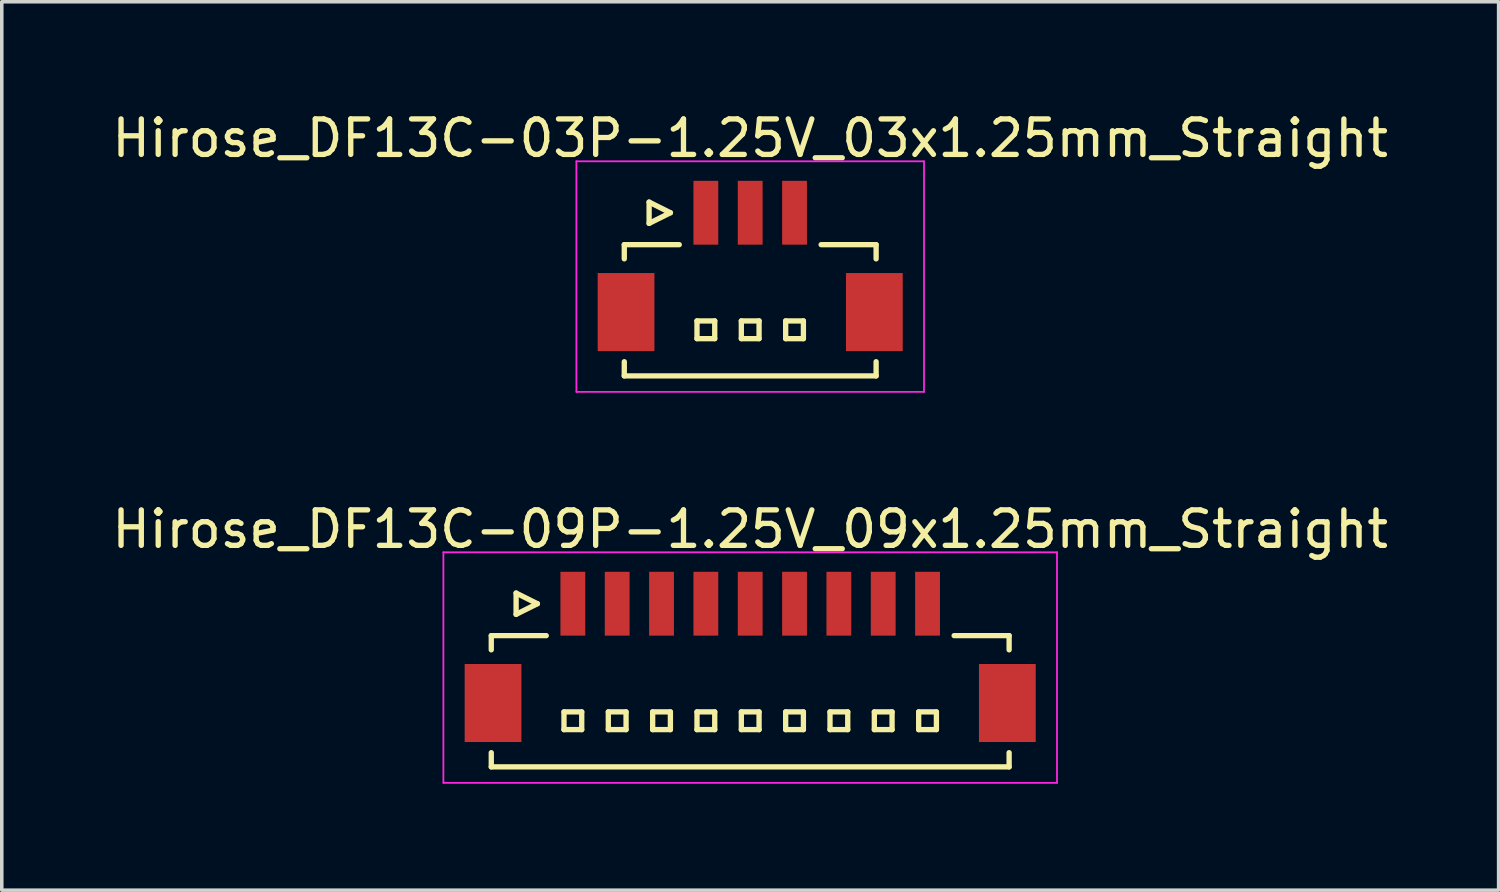
<source format=kicad_pcb>
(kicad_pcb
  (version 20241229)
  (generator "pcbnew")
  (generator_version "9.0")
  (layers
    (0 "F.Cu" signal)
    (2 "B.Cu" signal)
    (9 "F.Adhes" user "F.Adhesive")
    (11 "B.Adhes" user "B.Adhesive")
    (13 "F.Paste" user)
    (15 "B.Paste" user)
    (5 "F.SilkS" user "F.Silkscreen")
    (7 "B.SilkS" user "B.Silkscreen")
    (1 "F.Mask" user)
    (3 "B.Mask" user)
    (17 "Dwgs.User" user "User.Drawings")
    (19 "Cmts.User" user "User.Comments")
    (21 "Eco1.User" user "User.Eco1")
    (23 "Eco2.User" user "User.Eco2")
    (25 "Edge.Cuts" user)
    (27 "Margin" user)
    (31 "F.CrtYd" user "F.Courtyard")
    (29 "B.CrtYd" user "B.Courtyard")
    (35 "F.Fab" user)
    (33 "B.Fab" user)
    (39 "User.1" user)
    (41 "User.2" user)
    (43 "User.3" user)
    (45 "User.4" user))
  (footprint "Hirose_DF13C-09P-1.25V_09x1.25mm_Straight"
    (layer "F.Cu")
    (at 18.101 15.371)
    (property "Reference" "Hirose_DF13C-09P-1.25V_09x1.25mm_Straight" (at 0 -3.5 0) (layer "F.SilkS") (effects (font (size 1 1) (thickness 0.15))))
    (attr smd)
    (fp_line (start -7.3 -0.5) (end -7.3 -0.1) (stroke (width 0.15) (type solid)) (layer "F.SilkS"))
    (fp_line (start -7.3 -0.5) (end -5.75 -0.5) (stroke (width 0.15) (type solid)) (layer "F.SilkS"))
    (fp_line (start -7.3 3.2) (end -7.3 2.8) (stroke (width 0.15) (type solid)) (layer "F.SilkS"))
    (fp_line (start -7.3 3.2) (end 7.3 3.2) (stroke (width 0.15) (type solid)) (layer "F.SilkS"))
    (fp_line (start -6.6 -1.7) (end -6.6 -1.1) (stroke (width 0.15) (type solid)) (layer "F.SilkS"))
    (fp_line (start -6.6 -1.1) (end -6 -1.4) (stroke (width 0.15) (type solid)) (layer "F.SilkS"))
    (fp_line (start -6 -1.4) (end -6.6 -1.7) (stroke (width 0.15) (type solid)) (layer "F.SilkS"))
    (fp_line (start -5.25 1.65) (end -5.25 2.15) (stroke (width 0.15) (type solid)) (layer "F.SilkS"))
    (fp_line (start -5.25 2.15) (end -4.75 2.15) (stroke (width 0.15) (type solid)) (layer "F.SilkS"))
    (fp_line (start -4.75 1.65) (end -5.25 1.65) (stroke (width 0.15) (type solid)) (layer "F.SilkS"))
    (fp_line (start -4.75 2.15) (end -4.75 1.65) (stroke (width 0.15) (type solid)) (layer "F.SilkS"))
    (fp_line (start -4 1.65) (end -4 2.15) (stroke (width 0.15) (type solid)) (layer "F.SilkS"))
    (fp_line (start -4 2.15) (end -3.5 2.15) (stroke (width 0.15) (type solid)) (layer "F.SilkS"))
    (fp_line (start -3.5 1.65) (end -4 1.65) (stroke (width 0.15) (type solid)) (layer "F.SilkS"))
    (fp_line (start -3.5 2.15) (end -3.5 1.65) (stroke (width 0.15) (type solid)) (layer "F.SilkS"))
    (fp_line (start -2.75 1.65) (end -2.75 2.15) (stroke (width 0.15) (type solid)) (layer "F.SilkS"))
    (fp_line (start -2.75 2.15) (end -2.25 2.15) (stroke (width 0.15) (type solid)) (layer "F.SilkS"))
    (fp_line (start -2.25 1.65) (end -2.75 1.65) (stroke (width 0.15) (type solid)) (layer "F.SilkS"))
    (fp_line (start -2.25 2.15) (end -2.25 1.65) (stroke (width 0.15) (type solid)) (layer "F.SilkS"))
    (fp_line (start -1.5 1.65) (end -1.5 2.15) (stroke (width 0.15) (type solid)) (layer "F.SilkS"))
    (fp_line (start -1.5 2.15) (end -1 2.15) (stroke (width 0.15) (type solid)) (layer "F.SilkS"))
    (fp_line (start -1 1.65) (end -1.5 1.65) (stroke (width 0.15) (type solid)) (layer "F.SilkS"))
    (fp_line (start -1 2.15) (end -1 1.65) (stroke (width 0.15) (type solid)) (layer "F.SilkS"))
    (fp_line (start -0.25 1.65) (end -0.25 2.15) (stroke (width 0.15) (type solid)) (layer "F.SilkS"))
    (fp_line (start -0.25 2.15) (end 0.25 2.15) (stroke (width 0.15) (type solid)) (layer "F.SilkS"))
    (fp_line (start 0.25 1.65) (end -0.25 1.65) (stroke (width 0.15) (type solid)) (layer "F.SilkS"))
    (fp_line (start 0.25 2.15) (end 0.25 1.65) (stroke (width 0.15) (type solid)) (layer "F.SilkS"))
    (fp_line (start 1 1.65) (end 1 2.15) (stroke (width 0.15) (type solid)) (layer "F.SilkS"))
    (fp_line (start 1 2.15) (end 1.5 2.15) (stroke (width 0.15) (type solid)) (layer "F.SilkS"))
    (fp_line (start 1.5 1.65) (end 1 1.65) (stroke (width 0.15) (type solid)) (layer "F.SilkS"))
    (fp_line (start 1.5 2.15) (end 1.5 1.65) (stroke (width 0.15) (type solid)) (layer "F.SilkS"))
    (fp_line (start 2.25 1.65) (end 2.25 2.15) (stroke (width 0.15) (type solid)) (layer "F.SilkS"))
    (fp_line (start 2.25 2.15) (end 2.75 2.15) (stroke (width 0.15) (type solid)) (layer "F.SilkS"))
    (fp_line (start 2.75 1.65) (end 2.25 1.65) (stroke (width 0.15) (type solid)) (layer "F.SilkS"))
    (fp_line (start 2.75 2.15) (end 2.75 1.65) (stroke (width 0.15) (type solid)) (layer "F.SilkS"))
    (fp_line (start 3.5 1.65) (end 3.5 2.15) (stroke (width 0.15) (type solid)) (layer "F.SilkS"))
    (fp_line (start 3.5 2.15) (end 4 2.15) (stroke (width 0.15) (type solid)) (layer "F.SilkS"))
    (fp_line (start 4 1.65) (end 3.5 1.65) (stroke (width 0.15) (type solid)) (layer "F.SilkS"))
    (fp_line (start 4 2.15) (end 4 1.65) (stroke (width 0.15) (type solid)) (layer "F.SilkS"))
    (fp_line (start 4.75 1.65) (end 4.75 2.15) (stroke (width 0.15) (type solid)) (layer "F.SilkS"))
    (fp_line (start 4.75 2.15) (end 5.25 2.15) (stroke (width 0.15) (type solid)) (layer "F.SilkS"))
    (fp_line (start 5.25 1.65) (end 4.75 1.65) (stroke (width 0.15) (type solid)) (layer "F.SilkS"))
    (fp_line (start 5.25 2.15) (end 5.25 1.65) (stroke (width 0.15) (type solid)) (layer "F.SilkS"))
    (fp_line (start 7.3 -0.5) (end 5.75 -0.5) (stroke (width 0.15) (type solid)) (layer "F.SilkS"))
    (fp_line (start 7.3 -0.5) (end 7.3 -0.1) (stroke (width 0.15) (type solid)) (layer "F.SilkS"))
    (fp_line (start 7.3 3.2) (end 7.3 2.8) (stroke (width 0.15) (type solid)) (layer "F.SilkS"))
    (fp_line (start -8.65 -2.85) (end -8.65 3.65) (stroke (width 0.05) (type solid)) (layer "F.CrtYd"))
    (fp_line (start -8.65 3.65) (end 8.65 3.65) (stroke (width 0.05) (type solid)) (layer "F.CrtYd"))
    (fp_line (start 8.65 -2.85) (end -8.65 -2.85) (stroke (width 0.05) (type solid)) (layer "F.CrtYd"))
    (fp_line (start 8.65 3.65) (end 8.65 -2.85) (stroke (width 0.05) (type solid)) (layer "F.CrtYd"))
    (pad "" smd rect (at -7.25 1.4) (size 1.6 2.2) (layers "F.Cu" "F.Mask" "F.Paste"))
    (pad "" smd rect (at 7.25 1.4) (size 1.6 2.2) (layers "F.Cu" "F.Mask" "F.Paste"))
    (pad "1" smd rect (at -5 -1.4) (size 0.7 1.8) (layers "F.Cu" "F.Mask" "F.Paste"))
    (pad "2" smd rect (at -3.75 -1.4) (size 0.7 1.8) (layers "F.Cu" "F.Mask" "F.Paste"))
    (pad "3" smd rect (at -2.5 -1.4) (size 0.7 1.8) (layers "F.Cu" "F.Mask" "F.Paste"))
    (pad "4" smd rect (at -1.25 -1.4) (size 0.7 1.8) (layers "F.Cu" "F.Mask" "F.Paste"))
    (pad "5" smd rect (at 0 -1.4) (size 0.7 1.8) (layers "F.Cu" "F.Mask" "F.Paste"))
    (pad "6" smd rect (at 1.25 -1.4) (size 0.7 1.8) (layers "F.Cu" "F.Mask" "F.Paste"))
    (pad "7" smd rect (at 2.5 -1.4) (size 0.7 1.8) (layers "F.Cu" "F.Mask" "F.Paste"))
    (pad "8" smd rect (at 3.75 -1.4) (size 0.7 1.8) (layers "F.Cu" "F.Mask" "F.Paste"))
    (pad "9" smd rect (at 5 -1.4) (size 0.7 1.8) (layers "F.Cu" "F.Mask" "F.Paste")))
  (footprint "Hirose_DF13C-03P-1.25V_03x1.25mm_Straight"
    (layer "F.Cu")
    (at 18.101 4.348)
    (property "Reference" "Hirose_DF13C-03P-1.25V_03x1.25mm_Straight" (at 0 -3.5 0) (layer "F.SilkS") (effects (font (size 1 1) (thickness 0.15))))
    (attr smd)
    (fp_line (start -3.55 -0.5) (end -3.55 -0.1) (stroke (width 0.15) (type solid)) (layer "F.SilkS"))
    (fp_line (start -3.55 -0.5) (end -2 -0.5) (stroke (width 0.15) (type solid)) (layer "F.SilkS"))
    (fp_line (start -3.55 3.2) (end -3.55 2.8) (stroke (width 0.15) (type solid)) (layer "F.SilkS"))
    (fp_line (start -3.55 3.2) (end 3.55 3.2) (stroke (width 0.15) (type solid)) (layer "F.SilkS"))
    (fp_line (start -2.85 -1.7) (end -2.85 -1.1) (stroke (width 0.15) (type solid)) (layer "F.SilkS"))
    (fp_line (start -2.85 -1.1) (end -2.25 -1.4) (stroke (width 0.15) (type solid)) (layer "F.SilkS"))
    (fp_line (start -2.25 -1.4) (end -2.85 -1.7) (stroke (width 0.15) (type solid)) (layer "F.SilkS"))
    (fp_line (start -1.5 1.65) (end -1.5 2.15) (stroke (width 0.15) (type solid)) (layer "F.SilkS"))
    (fp_line (start -1.5 2.15) (end -1 2.15) (stroke (width 0.15) (type solid)) (layer "F.SilkS"))
    (fp_line (start -1 1.65) (end -1.5 1.65) (stroke (width 0.15) (type solid)) (layer "F.SilkS"))
    (fp_line (start -1 2.15) (end -1 1.65) (stroke (width 0.15) (type solid)) (layer "F.SilkS"))
    (fp_line (start -0.25 1.65) (end -0.25 2.15) (stroke (width 0.15) (type solid)) (layer "F.SilkS"))
    (fp_line (start -0.25 2.15) (end 0.25 2.15) (stroke (width 0.15) (type solid)) (layer "F.SilkS"))
    (fp_line (start 0.25 1.65) (end -0.25 1.65) (stroke (width 0.15) (type solid)) (layer "F.SilkS"))
    (fp_line (start 0.25 2.15) (end 0.25 1.65) (stroke (width 0.15) (type solid)) (layer "F.SilkS"))
    (fp_line (start 1 1.65) (end 1 2.15) (stroke (width 0.15) (type solid)) (layer "F.SilkS"))
    (fp_line (start 1 2.15) (end 1.5 2.15) (stroke (width 0.15) (type solid)) (layer "F.SilkS"))
    (fp_line (start 1.5 1.65) (end 1 1.65) (stroke (width 0.15) (type solid)) (layer "F.SilkS"))
    (fp_line (start 1.5 2.15) (end 1.5 1.65) (stroke (width 0.15) (type solid)) (layer "F.SilkS"))
    (fp_line (start 3.55 -0.5) (end 2 -0.5) (stroke (width 0.15) (type solid)) (layer "F.SilkS"))
    (fp_line (start 3.55 -0.5) (end 3.55 -0.1) (stroke (width 0.15) (type solid)) (layer "F.SilkS"))
    (fp_line (start 3.55 3.2) (end 3.55 2.8) (stroke (width 0.15) (type solid)) (layer "F.SilkS"))
    (fp_line (start -4.9 -2.85) (end -4.9 3.65) (stroke (width 0.05) (type solid)) (layer "F.CrtYd"))
    (fp_line (start -4.9 3.65) (end 4.9 3.65) (stroke (width 0.05) (type solid)) (layer "F.CrtYd"))
    (fp_line (start 4.9 -2.85) (end -4.9 -2.85) (stroke (width 0.05) (type solid)) (layer "F.CrtYd"))
    (fp_line (start 4.9 3.65) (end 4.9 -2.85) (stroke (width 0.05) (type solid)) (layer "F.CrtYd"))
    (pad "" smd rect (at -3.5 1.4) (size 1.6 2.2) (layers "F.Cu" "F.Mask" "F.Paste"))
    (pad "" smd rect (at 3.5 1.4) (size 1.6 2.2) (layers "F.Cu" "F.Mask" "F.Paste"))
    (pad "1" smd rect (at -1.25 -1.4) (size 0.7 1.8) (layers "F.Cu" "F.Mask" "F.Paste"))
    (pad "2" smd rect (at 0 -1.4) (size 0.7 1.8) (layers "F.Cu" "F.Mask" "F.Paste"))
    (pad "3" smd rect (at 1.25 -1.4) (size 0.7 1.8) (layers "F.Cu" "F.Mask" "F.Paste")))
  (gr_rect
    (start -3 -3)
    (end 39.202 22.047)
    (stroke (width 0.1) (type default))
    (fill no)
    (layer "Edge.Cuts")))
</source>
